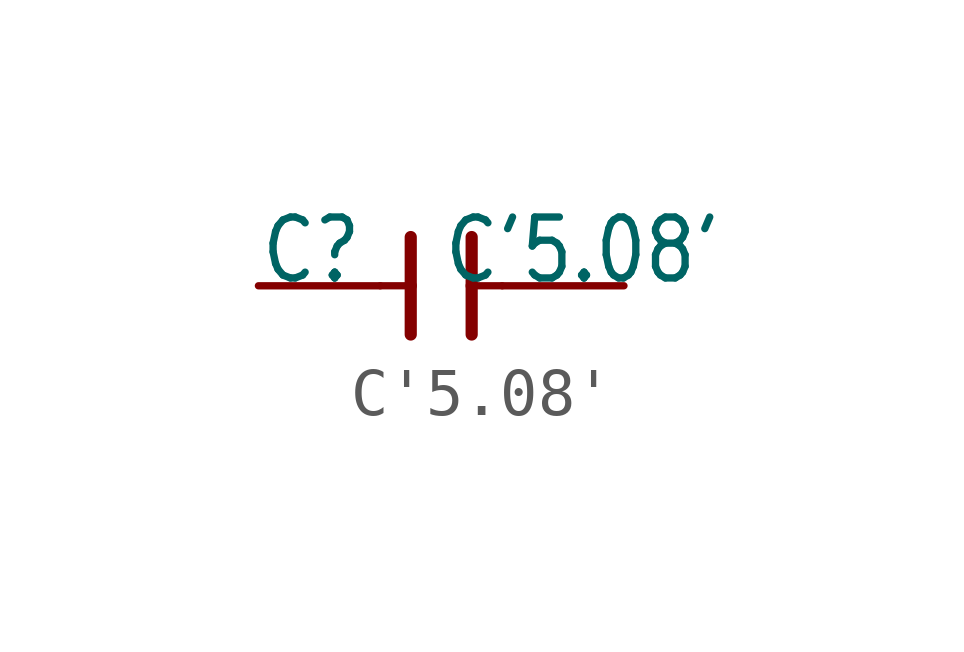
<source format=kicad_sym>
(kicad_symbol_lib
  (version 20211014)
  (generator kicad_symbol_editor)
  (symbol "C'5.08'"
    (property "Reference" "C"
      (at -3.81 0 0)
      (effects (font (size 1.27 1.079)) (justify left bottom)))
    (property "Value" "C'5.08'"
      (at 0 0 0)
      (effects (font (size 1.27 1.079)) (justify left bottom)))
    (property "ki_locked" ""
      (at 0 0 0)
      (effects (font (size 1.27 1.27))))
    (symbol "C'5.08'_1_0"
      (polyline (pts (xy -1.27 0) (xy -0.635 0)) (stroke (width 0.152) (type default) (color 0 0 0 0)) (fill (type none)))
      (polyline (pts (xy -0.635 -1.016) (xy -0.635 0)) (stroke (width 0.254) (type default) (color 0 0 0 0)) (fill (type none)))
      (polyline (pts (xy -0.635 0) (xy -0.635 1.016)) (stroke (width 0.254) (type default) (color 0 0 0 0)) (fill (type none)))
      (polyline (pts (xy 0.635 0) (xy 0.635 -1.016)) (stroke (width 0.254) (type default) (color 0 0 0 0)) (fill (type none)))
      (polyline (pts (xy 0.635 0) (xy 1.27 0)) (stroke (width 0.152) (type default) (color 0 0 0 0)) (fill (type none)))
      (polyline (pts (xy 0.635 1.016) (xy 0.635 0)) (stroke (width 0.254) (type default) (color 0 0 0 0)) (fill (type none)))
      (pin passive line (at -3.81 0 0) (length 2.54) (name "1" (effects (font (size 0 0)))) (number "1" (effects (font (size 0 0)))))
      (pin passive line (at 3.81 0 180) (length 2.54) (name "2" (effects (font (size 0 0)))) (number "2" (effects (font (size 0 0))))))))
</source>
